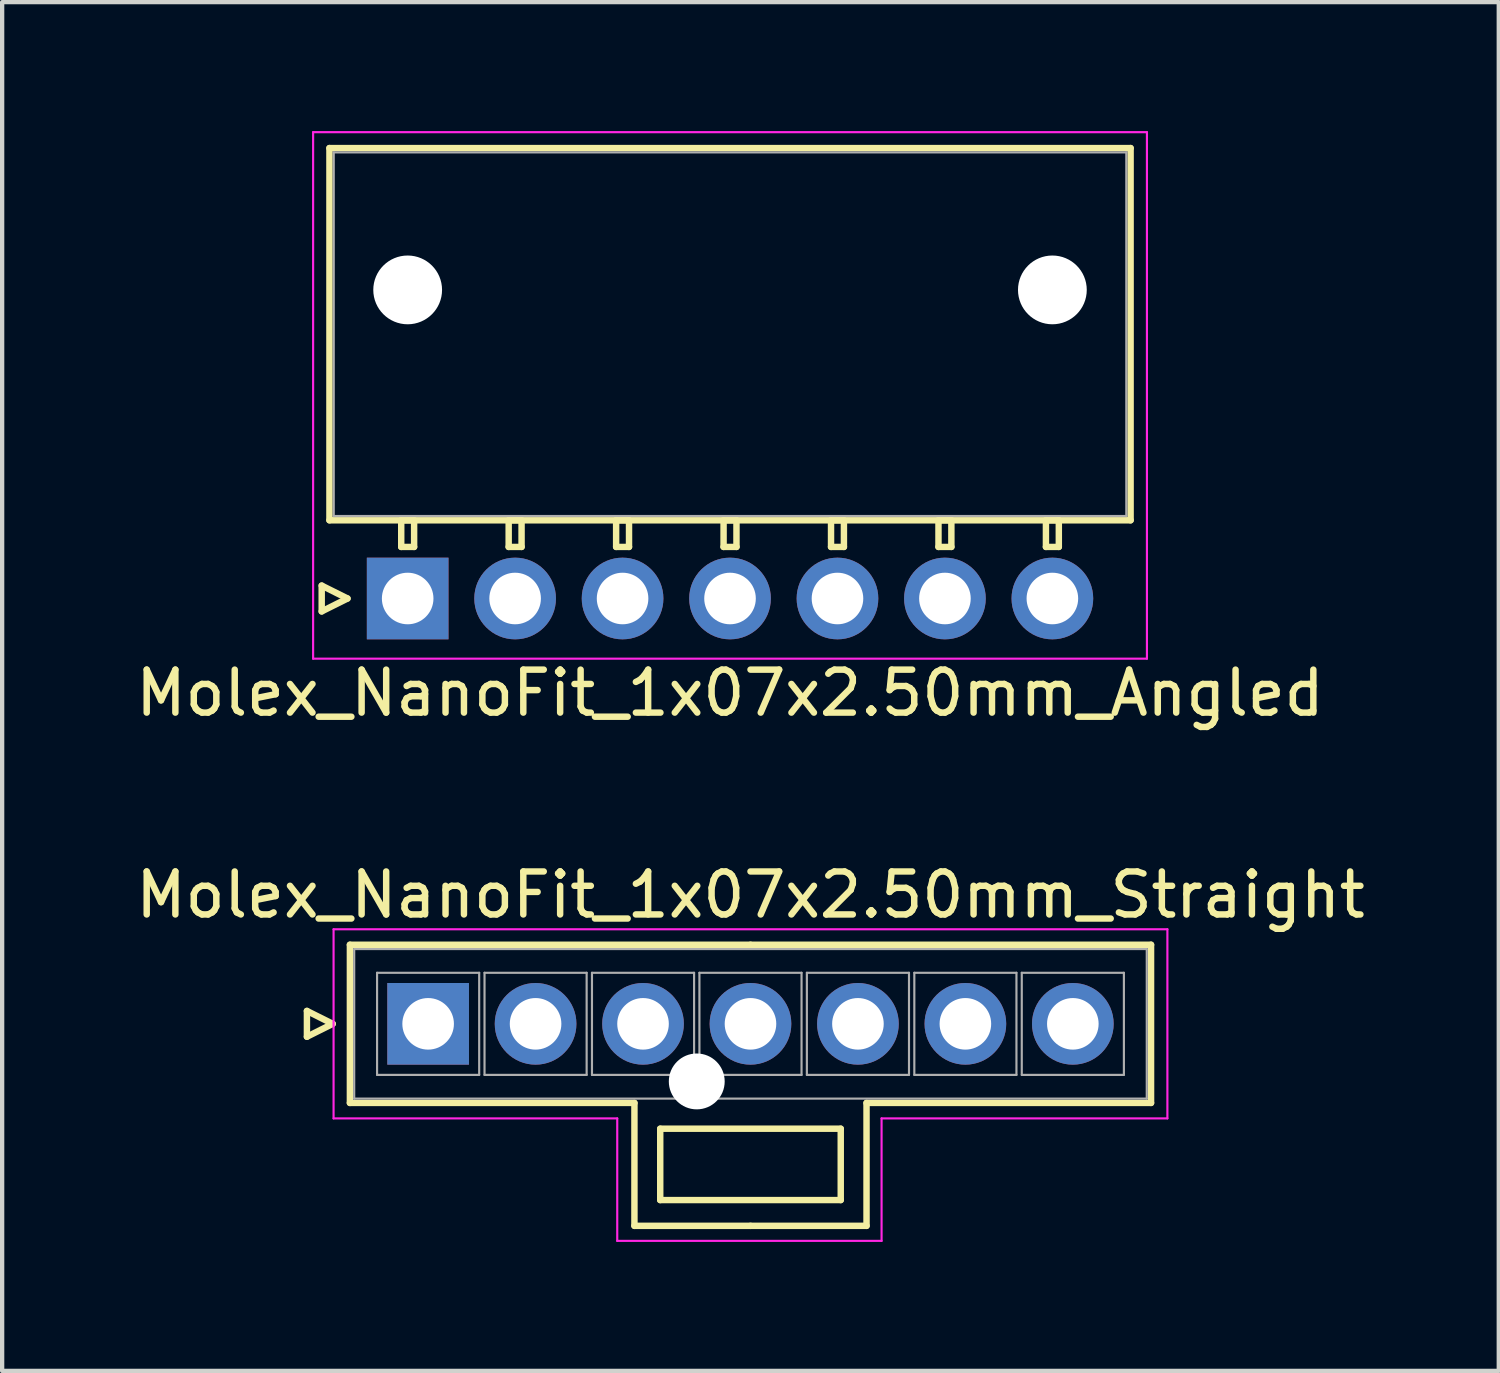
<source format=kicad_pcb>
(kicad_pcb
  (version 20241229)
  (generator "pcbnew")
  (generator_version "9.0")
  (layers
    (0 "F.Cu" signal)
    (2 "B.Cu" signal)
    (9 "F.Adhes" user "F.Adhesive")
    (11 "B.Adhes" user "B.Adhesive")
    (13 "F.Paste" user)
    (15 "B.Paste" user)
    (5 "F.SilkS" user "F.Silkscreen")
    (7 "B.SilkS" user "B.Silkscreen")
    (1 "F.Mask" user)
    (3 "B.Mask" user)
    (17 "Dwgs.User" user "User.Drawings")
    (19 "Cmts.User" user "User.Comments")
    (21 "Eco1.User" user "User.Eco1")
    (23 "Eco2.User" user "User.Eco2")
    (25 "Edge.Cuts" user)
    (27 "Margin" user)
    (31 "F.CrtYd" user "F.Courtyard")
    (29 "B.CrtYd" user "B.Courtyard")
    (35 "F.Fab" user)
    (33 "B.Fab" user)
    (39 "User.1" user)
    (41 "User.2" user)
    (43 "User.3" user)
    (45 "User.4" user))
  (footprint "Molex_NanoFit_1x07x2.50mm_Angled"
    (layer "F.Cu")
    (at 6.435 10.875)
    (property "Reference" "Molex_NanoFit_1x07x2.50mm_Angled" (at 7.5 2.2 0) (layer "F.SilkS") (effects (font (size 1 1) (thickness 0.15))))
    (attr through_hole)
    (fp_line (start -2 -0.3) (end -1.4 0) (stroke (width 0.15) (type solid)) (layer "F.SilkS"))
    (fp_line (start -2 0.3) (end -2 -0.3) (stroke (width 0.15) (type solid)) (layer "F.SilkS"))
    (fp_line (start -1.82 -10.48) (end -1.82 -1.82) (stroke (width 0.15) (type solid)) (layer "F.SilkS"))
    (fp_line (start -1.82 -1.82) (end 16.82 -1.82) (stroke (width 0.15) (type solid)) (layer "F.SilkS"))
    (fp_line (start -1.4 0) (end -2 0.3) (stroke (width 0.15) (type solid)) (layer "F.SilkS"))
    (fp_line (start -0.15 -1.82) (end -0.15 -1.2) (stroke (width 0.15) (type solid)) (layer "F.SilkS"))
    (fp_line (start -0.15 -1.2) (end 0.15 -1.2) (stroke (width 0.15) (type solid)) (layer "F.SilkS"))
    (fp_line (start 0.15 -1.82) (end -0.15 -1.82) (stroke (width 0.15) (type solid)) (layer "F.SilkS"))
    (fp_line (start 0.15 -1.2) (end 0.15 -1.82) (stroke (width 0.15) (type solid)) (layer "F.SilkS"))
    (fp_line (start 2.35 -1.82) (end 2.35 -1.2) (stroke (width 0.15) (type solid)) (layer "F.SilkS"))
    (fp_line (start 2.35 -1.2) (end 2.65 -1.2) (stroke (width 0.15) (type solid)) (layer "F.SilkS"))
    (fp_line (start 2.65 -1.82) (end 2.35 -1.82) (stroke (width 0.15) (type solid)) (layer "F.SilkS"))
    (fp_line (start 2.65 -1.2) (end 2.65 -1.82) (stroke (width 0.15) (type solid)) (layer "F.SilkS"))
    (fp_line (start 4.85 -1.82) (end 4.85 -1.2) (stroke (width 0.15) (type solid)) (layer "F.SilkS"))
    (fp_line (start 4.85 -1.2) (end 5.15 -1.2) (stroke (width 0.15) (type solid)) (layer "F.SilkS"))
    (fp_line (start 5.15 -1.82) (end 4.85 -1.82) (stroke (width 0.15) (type solid)) (layer "F.SilkS"))
    (fp_line (start 5.15 -1.2) (end 5.15 -1.82) (stroke (width 0.15) (type solid)) (layer "F.SilkS"))
    (fp_line (start 7.35 -1.82) (end 7.35 -1.2) (stroke (width 0.15) (type solid)) (layer "F.SilkS"))
    (fp_line (start 7.35 -1.2) (end 7.65 -1.2) (stroke (width 0.15) (type solid)) (layer "F.SilkS"))
    (fp_line (start 7.65 -1.82) (end 7.35 -1.82) (stroke (width 0.15) (type solid)) (layer "F.SilkS"))
    (fp_line (start 7.65 -1.2) (end 7.65 -1.82) (stroke (width 0.15) (type solid)) (layer "F.SilkS"))
    (fp_line (start 9.85 -1.82) (end 9.85 -1.2) (stroke (width 0.15) (type solid)) (layer "F.SilkS"))
    (fp_line (start 9.85 -1.2) (end 10.15 -1.2) (stroke (width 0.15) (type solid)) (layer "F.SilkS"))
    (fp_line (start 10.15 -1.82) (end 9.85 -1.82) (stroke (width 0.15) (type solid)) (layer "F.SilkS"))
    (fp_line (start 10.15 -1.2) (end 10.15 -1.82) (stroke (width 0.15) (type solid)) (layer "F.SilkS"))
    (fp_line (start 12.35 -1.82) (end 12.35 -1.2) (stroke (width 0.15) (type solid)) (layer "F.SilkS"))
    (fp_line (start 12.35 -1.2) (end 12.65 -1.2) (stroke (width 0.15) (type solid)) (layer "F.SilkS"))
    (fp_line (start 12.65 -1.82) (end 12.35 -1.82) (stroke (width 0.15) (type solid)) (layer "F.SilkS"))
    (fp_line (start 12.65 -1.2) (end 12.65 -1.82) (stroke (width 0.15) (type solid)) (layer "F.SilkS"))
    (fp_line (start 14.85 -1.82) (end 14.85 -1.2) (stroke (width 0.15) (type solid)) (layer "F.SilkS"))
    (fp_line (start 14.85 -1.2) (end 15.15 -1.2) (stroke (width 0.15) (type solid)) (layer "F.SilkS"))
    (fp_line (start 15.15 -1.82) (end 14.85 -1.82) (stroke (width 0.15) (type solid)) (layer "F.SilkS"))
    (fp_line (start 15.15 -1.2) (end 15.15 -1.82) (stroke (width 0.15) (type solid)) (layer "F.SilkS"))
    (fp_line (start 16.82 -10.48) (end -1.82 -10.48) (stroke (width 0.15) (type solid)) (layer "F.SilkS"))
    (fp_line (start 16.82 -1.82) (end 16.82 -10.48) (stroke (width 0.15) (type solid)) (layer "F.SilkS"))
    (fp_line (start -2.2 -10.85) (end -2.2 1.4) (stroke (width 0.05) (type solid)) (layer "F.CrtYd"))
    (fp_line (start -2.2 1.4) (end 17.2 1.4) (stroke (width 0.05) (type solid)) (layer "F.CrtYd"))
    (fp_line (start 17.2 -10.85) (end -2.2 -10.85) (stroke (width 0.05) (type solid)) (layer "F.CrtYd"))
    (fp_line (start 17.2 1.4) (end 17.2 -10.85) (stroke (width 0.05) (type solid)) (layer "F.CrtYd"))
    (fp_line (start -1.72 -10.38) (end -1.72 -1.92) (stroke (width 0.05) (type solid)) (layer "F.Fab"))
    (fp_line (start -1.72 -1.92) (end 16.72 -1.92) (stroke (width 0.05) (type solid)) (layer "F.Fab"))
    (fp_line (start 16.72 -10.38) (end -1.72 -10.38) (stroke (width 0.05) (type solid)) (layer "F.Fab"))
    (fp_line (start 16.72 -1.92) (end 16.72 -10.38) (stroke (width 0.05) (type solid)) (layer "F.Fab"))
    (pad "" np_thru_hole circle (at 0 -7.18) (size 1.6 1.6) (drill 1.6) (layers "*.Cu"))
    (pad "" np_thru_hole circle (at 15 -7.18) (size 1.6 1.6) (drill 1.6) (layers "*.Cu"))
    (pad "1" thru_hole rect (at 0 0) (size 1.9 1.9) (drill 1.2) (layers "*.Cu" "*.Mask"))
    (pad "2" thru_hole circle (at 2.5 0) (size 1.9 1.9) (drill 1.2) (layers "*.Cu" "*.Mask"))
    (pad "3" thru_hole circle (at 5 0) (size 1.9 1.9) (drill 1.2) (layers "*.Cu" "*.Mask"))
    (pad "4" thru_hole circle (at 7.5 0) (size 1.9 1.9) (drill 1.2) (layers "*.Cu" "*.Mask"))
    (pad "5" thru_hole circle (at 10 0) (size 1.9 1.9) (drill 1.2) (layers "*.Cu" "*.Mask"))
    (pad "6" thru_hole circle (at 12.5 0) (size 1.9 1.9) (drill 1.2) (layers "*.Cu" "*.Mask"))
    (pad "7" thru_hole circle (at 15 0) (size 1.9 1.9) (drill 1.2) (layers "*.Cu" "*.Mask")))
  (footprint "Molex_NanoFit_1x07x2.50mm_Straight"
    (layer "F.Cu")
    (at 6.911 20.771)
    (property "Reference" "Molex_NanoFit_1x07x2.50mm_Straight" (at 7.5 -3 0) (layer "F.SilkS") (effects (font (size 1 1) (thickness 0.15))))
    (attr through_hole)
    (fp_line (start -2.82 -0.3) (end -2.22 0) (stroke (width 0.15) (type solid)) (layer "F.SilkS"))
    (fp_line (start -2.82 0.3) (end -2.82 -0.3) (stroke (width 0.15) (type solid)) (layer "F.SilkS"))
    (fp_line (start -2.22 0) (end -2.82 0.3) (stroke (width 0.15) (type solid)) (layer "F.SilkS"))
    (fp_line (start -1.82 -1.84) (end -1.82 1.84) (stroke (width 0.15) (type solid)) (layer "F.SilkS"))
    (fp_line (start -1.82 1.84) (end 4.8 1.84) (stroke (width 0.15) (type solid)) (layer "F.SilkS"))
    (fp_line (start 4.8 1.84) (end 4.8 4.7) (stroke (width 0.15) (type solid)) (layer "F.SilkS"))
    (fp_line (start 4.8 4.7) (end 7.5 4.7) (stroke (width 0.15) (type solid)) (layer "F.SilkS"))
    (fp_line (start 5.4 2.44) (end 5.4 4.1) (stroke (width 0.15) (type solid)) (layer "F.SilkS"))
    (fp_line (start 5.4 4.1) (end 9.6 4.1) (stroke (width 0.15) (type solid)) (layer "F.SilkS"))
    (fp_line (start 7.5 -1.84) (end -1.82 -1.84) (stroke (width 0.15) (type solid)) (layer "F.SilkS"))
    (fp_line (start 7.5 -1.84) (end 16.82 -1.84) (stroke (width 0.15) (type solid)) (layer "F.SilkS"))
    (fp_line (start 9.6 2.44) (end 5.4 2.44) (stroke (width 0.15) (type solid)) (layer "F.SilkS"))
    (fp_line (start 9.6 4.1) (end 9.6 2.44) (stroke (width 0.15) (type solid)) (layer "F.SilkS"))
    (fp_line (start 10.2 1.84) (end 10.2 4.7) (stroke (width 0.15) (type solid)) (layer "F.SilkS"))
    (fp_line (start 10.2 4.7) (end 7.5 4.7) (stroke (width 0.15) (type solid)) (layer "F.SilkS"))
    (fp_line (start 16.82 -1.84) (end 16.82 1.84) (stroke (width 0.15) (type solid)) (layer "F.SilkS"))
    (fp_line (start 16.82 1.84) (end 10.2 1.84) (stroke (width 0.15) (type solid)) (layer "F.SilkS"))
    (fp_line (start -2.2 -2.2) (end -2.2 2.2) (stroke (width 0.05) (type solid)) (layer "F.CrtYd"))
    (fp_line (start -2.2 2.2) (end 4.4 2.2) (stroke (width 0.05) (type solid)) (layer "F.CrtYd"))
    (fp_line (start 4.4 2.2) (end 4.4 5.05) (stroke (width 0.05) (type solid)) (layer "F.CrtYd"))
    (fp_line (start 4.4 5.05) (end 10.55 5.05) (stroke (width 0.05) (type solid)) (layer "F.CrtYd"))
    (fp_line (start 10.55 2.2) (end 17.2 2.2) (stroke (width 0.05) (type solid)) (layer "F.CrtYd"))
    (fp_line (start 10.55 5.05) (end 10.55 2.2) (stroke (width 0.05) (type solid)) (layer "F.CrtYd"))
    (fp_line (start 17.2 -2.2) (end -2.2 -2.2) (stroke (width 0.05) (type solid)) (layer "F.CrtYd"))
    (fp_line (start 17.2 2.2) (end 17.2 -2.2) (stroke (width 0.05) (type solid)) (layer "F.CrtYd"))
    (fp_line (start -1.72 -1.74) (end -1.72 1.74) (stroke (width 0.05) (type solid)) (layer "F.Fab"))
    (fp_line (start -1.72 1.74) (end 16.72 1.74) (stroke (width 0.05) (type solid)) (layer "F.Fab"))
    (fp_line (start -1.188 -1.188) (end -1.188 1.188) (stroke (width 0.05) (type solid)) (layer "F.Fab"))
    (fp_line (start -1.188 1.188) (end 1.188 1.188) (stroke (width 0.05) (type solid)) (layer "F.Fab"))
    (fp_line (start 1.188 -1.188) (end -1.188 -1.188) (stroke (width 0.05) (type solid)) (layer "F.Fab"))
    (fp_line (start 1.188 1.188) (end 1.188 -1.188) (stroke (width 0.05) (type solid)) (layer "F.Fab"))
    (fp_line (start 1.312 -1.188) (end 1.312 1.188) (stroke (width 0.05) (type solid)) (layer "F.Fab"))
    (fp_line (start 1.312 1.188) (end 3.688 1.188) (stroke (width 0.05) (type solid)) (layer "F.Fab"))
    (fp_line (start 3.688 -1.188) (end 1.312 -1.188) (stroke (width 0.05) (type solid)) (layer "F.Fab"))
    (fp_line (start 3.688 1.188) (end 3.688 -1.188) (stroke (width 0.05) (type solid)) (layer "F.Fab"))
    (fp_line (start 3.812 -1.188) (end 3.812 1.188) (stroke (width 0.05) (type solid)) (layer "F.Fab"))
    (fp_line (start 3.812 1.188) (end 6.188 1.188) (stroke (width 0.05) (type solid)) (layer "F.Fab"))
    (fp_line (start 6.188 -1.188) (end 3.812 -1.188) (stroke (width 0.05) (type solid)) (layer "F.Fab"))
    (fp_line (start 6.188 1.188) (end 6.188 -1.188) (stroke (width 0.05) (type solid)) (layer "F.Fab"))
    (fp_line (start 6.312 -1.188) (end 6.312 1.188) (stroke (width 0.05) (type solid)) (layer "F.Fab"))
    (fp_line (start 6.312 1.188) (end 8.688 1.188) (stroke (width 0.05) (type solid)) (layer "F.Fab"))
    (fp_line (start 8.688 -1.188) (end 6.312 -1.188) (stroke (width 0.05) (type solid)) (layer "F.Fab"))
    (fp_line (start 8.688 1.188) (end 8.688 -1.188) (stroke (width 0.05) (type solid)) (layer "F.Fab"))
    (fp_line (start 8.812 -1.188) (end 8.812 1.188) (stroke (width 0.05) (type solid)) (layer "F.Fab"))
    (fp_line (start 8.812 1.188) (end 11.188 1.188) (stroke (width 0.05) (type solid)) (layer "F.Fab"))
    (fp_line (start 11.188 -1.188) (end 8.812 -1.188) (stroke (width 0.05) (type solid)) (layer "F.Fab"))
    (fp_line (start 11.188 1.188) (end 11.188 -1.188) (stroke (width 0.05) (type solid)) (layer "F.Fab"))
    (fp_line (start 11.312 -1.188) (end 11.312 1.188) (stroke (width 0.05) (type solid)) (layer "F.Fab"))
    (fp_line (start 11.312 1.188) (end 13.688 1.188) (stroke (width 0.05) (type solid)) (layer "F.Fab"))
    (fp_line (start 13.688 -1.188) (end 11.312 -1.188) (stroke (width 0.05) (type solid)) (layer "F.Fab"))
    (fp_line (start 13.688 1.188) (end 13.688 -1.188) (stroke (width 0.05) (type solid)) (layer "F.Fab"))
    (fp_line (start 13.812 -1.188) (end 13.812 1.188) (stroke (width 0.05) (type solid)) (layer "F.Fab"))
    (fp_line (start 13.812 1.188) (end 16.188 1.188) (stroke (width 0.05) (type solid)) (layer "F.Fab"))
    (fp_line (start 16.188 -1.188) (end 13.812 -1.188) (stroke (width 0.05) (type solid)) (layer "F.Fab"))
    (fp_line (start 16.188 1.188) (end 16.188 -1.188) (stroke (width 0.05) (type solid)) (layer "F.Fab"))
    (fp_line (start 16.72 -1.74) (end -1.72 -1.74) (stroke (width 0.05) (type solid)) (layer "F.Fab"))
    (fp_line (start 16.72 1.74) (end 16.72 -1.74) (stroke (width 0.05) (type solid)) (layer "F.Fab"))
    (pad "" np_thru_hole circle (at 6.25 1.34) (size 1.3 1.3) (drill 1.3) (layers "*.Cu"))
    (pad "1" thru_hole rect (at 0 0) (size 1.9 1.9) (drill 1.2) (layers "*.Cu" "*.Mask"))
    (pad "2" thru_hole circle (at 2.5 0) (size 1.9 1.9) (drill 1.2) (layers "*.Cu" "*.Mask"))
    (pad "3" thru_hole circle (at 5 0) (size 1.9 1.9) (drill 1.2) (layers "*.Cu" "*.Mask"))
    (pad "4" thru_hole circle (at 7.5 0) (size 1.9 1.9) (drill 1.2) (layers "*.Cu" "*.Mask"))
    (pad "5" thru_hole circle (at 10 0) (size 1.9 1.9) (drill 1.2) (layers "*.Cu" "*.Mask"))
    (pad "6" thru_hole circle (at 12.5 0) (size 1.9 1.9) (drill 1.2) (layers "*.Cu" "*.Mask"))
    (pad "7" thru_hole circle (at 15 0) (size 1.9 1.9) (drill 1.2) (layers "*.Cu" "*.Mask")))
  (gr_rect
    (start -3 -3)
    (end 31.821 28.846)
    (stroke (width 0.1) (type default))
    (fill no)
    (layer "Edge.Cuts")))
</source>
